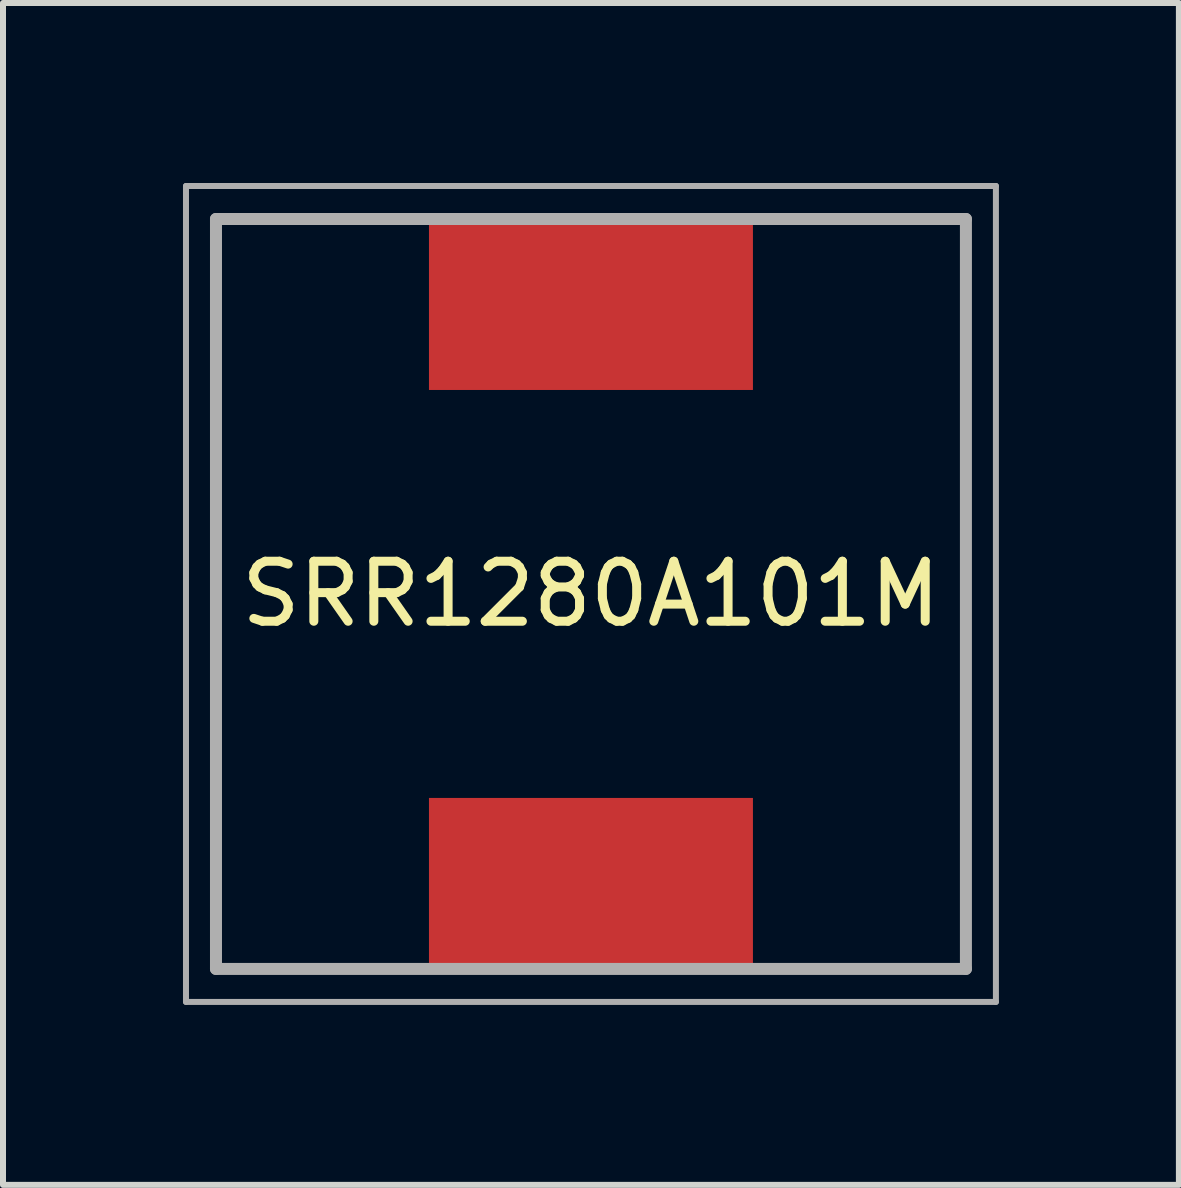
<source format=kicad_pcb>
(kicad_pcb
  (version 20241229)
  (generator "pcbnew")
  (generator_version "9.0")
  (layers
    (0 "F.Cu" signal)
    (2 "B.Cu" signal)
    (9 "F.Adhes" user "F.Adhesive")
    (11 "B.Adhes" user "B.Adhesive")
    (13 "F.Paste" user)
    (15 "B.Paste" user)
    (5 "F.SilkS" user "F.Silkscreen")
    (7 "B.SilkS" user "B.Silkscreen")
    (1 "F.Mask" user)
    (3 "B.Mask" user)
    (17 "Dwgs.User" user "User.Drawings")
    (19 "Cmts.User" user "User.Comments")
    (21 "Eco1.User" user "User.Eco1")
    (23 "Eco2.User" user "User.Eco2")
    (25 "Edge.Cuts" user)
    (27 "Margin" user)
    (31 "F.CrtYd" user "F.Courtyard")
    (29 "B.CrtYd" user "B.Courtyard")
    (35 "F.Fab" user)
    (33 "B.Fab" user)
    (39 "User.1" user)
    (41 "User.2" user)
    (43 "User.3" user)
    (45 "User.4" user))
  (footprint "SRR1280A101M"
    (layer "F.Cu")
    (at 6.8 6.85)
    (property "Reference" "SRR1280A101M" (at 0 0 0) (layer "F.SilkS") (effects (font (size 1 1) (thickness 0.15))))
    (attr smd)
    (fp_line (start -6.25 -6.25) (end -6.25 6.25) (stroke (width 0.1) (type solid)) (layer "F.SilkS"))
    (fp_line (start 6.25 -6.25) (end 6.25 6.25) (stroke (width 0.1) (type solid)) (layer "F.SilkS"))
    (fp_line (start -6.75 -6.8) (end 6.75 -6.8) (stroke (width 0.1) (type solid)) (layer "F.Fab"))
    (fp_line (start -6.75 6.8) (end -6.75 -6.8) (stroke (width 0.1) (type solid)) (layer "F.Fab"))
    (fp_line (start -6.25 -6.25) (end 6.25 -6.25) (stroke (width 0.2) (type solid)) (layer "F.Fab"))
    (fp_line (start -6.25 6.25) (end -6.25 -6.25) (stroke (width 0.2) (type solid)) (layer "F.Fab"))
    (fp_line (start 6.25 -6.25) (end 6.25 6.25) (stroke (width 0.2) (type solid)) (layer "F.Fab"))
    (fp_line (start 6.25 6.25) (end -6.25 6.25) (stroke (width 0.2) (type solid)) (layer "F.Fab"))
    (fp_line (start 6.75 -6.8) (end 6.75 6.8) (stroke (width 0.1) (type solid)) (layer "F.Fab"))
    (fp_line (start 6.75 6.8) (end -6.75 6.8) (stroke (width 0.1) (type solid)) (layer "F.Fab"))
    (pad "1" smd rect (at 0 -4.85) (size 5.4 2.9) (layers "F.Cu" "F.Mask" "F.Paste"))
    (pad "2" smd rect (at 0 4.85) (size 5.4 2.9) (layers "F.Cu" "F.Mask" "F.Paste")))
  (gr_rect
    (start -3 -3)
    (end 16.6 16.7)
    (stroke (width 0.1) (type default))
    (fill no)
    (layer "Edge.Cuts")))
</source>
